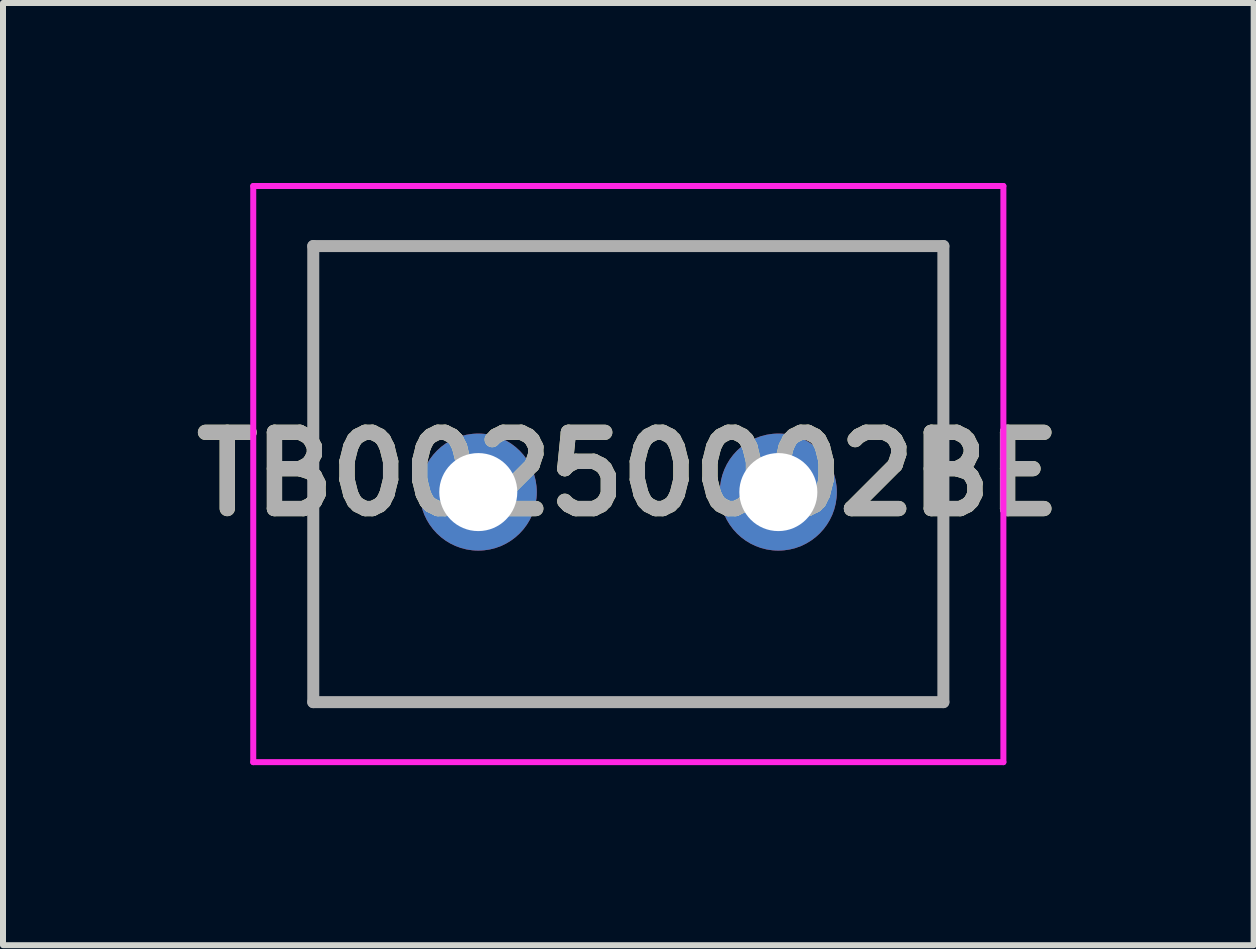
<source format=kicad_pcb>
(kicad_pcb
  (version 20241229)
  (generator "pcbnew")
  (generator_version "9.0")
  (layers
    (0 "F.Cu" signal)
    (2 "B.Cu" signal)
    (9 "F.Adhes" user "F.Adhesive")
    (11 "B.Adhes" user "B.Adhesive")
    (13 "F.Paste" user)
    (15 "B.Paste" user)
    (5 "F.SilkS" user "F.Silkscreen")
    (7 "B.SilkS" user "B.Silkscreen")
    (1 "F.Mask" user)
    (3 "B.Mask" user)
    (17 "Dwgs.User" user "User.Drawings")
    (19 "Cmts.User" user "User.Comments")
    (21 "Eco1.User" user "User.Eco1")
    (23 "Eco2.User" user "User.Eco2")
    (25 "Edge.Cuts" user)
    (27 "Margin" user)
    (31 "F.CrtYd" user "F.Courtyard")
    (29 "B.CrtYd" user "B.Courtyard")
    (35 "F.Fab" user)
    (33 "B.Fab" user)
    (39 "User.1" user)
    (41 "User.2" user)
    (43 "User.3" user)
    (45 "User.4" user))
  (footprint "TB00250002BE"
    (layer "F.Cu")
    (at 4.92 5.15)
    (property "Reference" "TB00250002BE" (at 2.5 -0.3 0) (layer "F.SilkS") (effects (font (size 1.27 1.27) (thickness 0.254))))
    (attr through_hole)
    (fp_line (start -2.75 -4.1) (end 7.75 -4.1) (stroke (width 0.1) (type solid)) (layer "F.SilkS"))
    (fp_line (start -2.75 3.5) (end -2.75 -4.1) (stroke (width 0.1) (type solid)) (layer "F.SilkS"))
    (fp_line (start 7.75 -4.1) (end 7.75 3.5) (stroke (width 0.1) (type solid)) (layer "F.SilkS"))
    (fp_line (start 7.75 3.5) (end -2.75 3.5) (stroke (width 0.1) (type solid)) (layer "F.SilkS"))
    (fp_line (start -3.75 -5.1) (end 8.75 -5.1) (stroke (width 0.1) (type solid)) (layer "F.CrtYd"))
    (fp_line (start -3.75 4.5) (end -3.75 -5.1) (stroke (width 0.1) (type solid)) (layer "F.CrtYd"))
    (fp_line (start 8.75 -5.1) (end 8.75 4.5) (stroke (width 0.1) (type solid)) (layer "F.CrtYd"))
    (fp_line (start 8.75 4.5) (end -3.75 4.5) (stroke (width 0.1) (type solid)) (layer "F.CrtYd"))
    (fp_line (start -2.75 -4.1) (end 7.75 -4.1) (stroke (width 0.2) (type solid)) (layer "F.Fab"))
    (fp_line (start -2.75 3.5) (end -2.75 -4.1) (stroke (width 0.2) (type solid)) (layer "F.Fab"))
    (fp_line (start 7.75 -4.1) (end 7.75 3.5) (stroke (width 0.2) (type solid)) (layer "F.Fab"))
    (fp_line (start 7.75 3.5) (end -2.75 3.5) (stroke (width 0.2) (type solid)) (layer "F.Fab"))
    (fp_text user "${REFERENCE}" (at 2.5 -0.3 0) (layer "F.Fab") (effects (font (size 1.27 1.27) (thickness 0.254))))
    (pad "1" thru_hole circle (at 0 0) (size 1.95 1.95) (drill 1.3) (layers "*.Cu" "*.Mask"))
    (pad "2" thru_hole circle (at 5 0) (size 1.95 1.95) (drill 1.3) (layers "*.Cu" "*.Mask")))
  (gr_rect
    (start -3 -3)
    (end 17.841 12.7)
    (stroke (width 0.1) (type default))
    (fill no)
    (layer "Edge.Cuts")))
</source>
